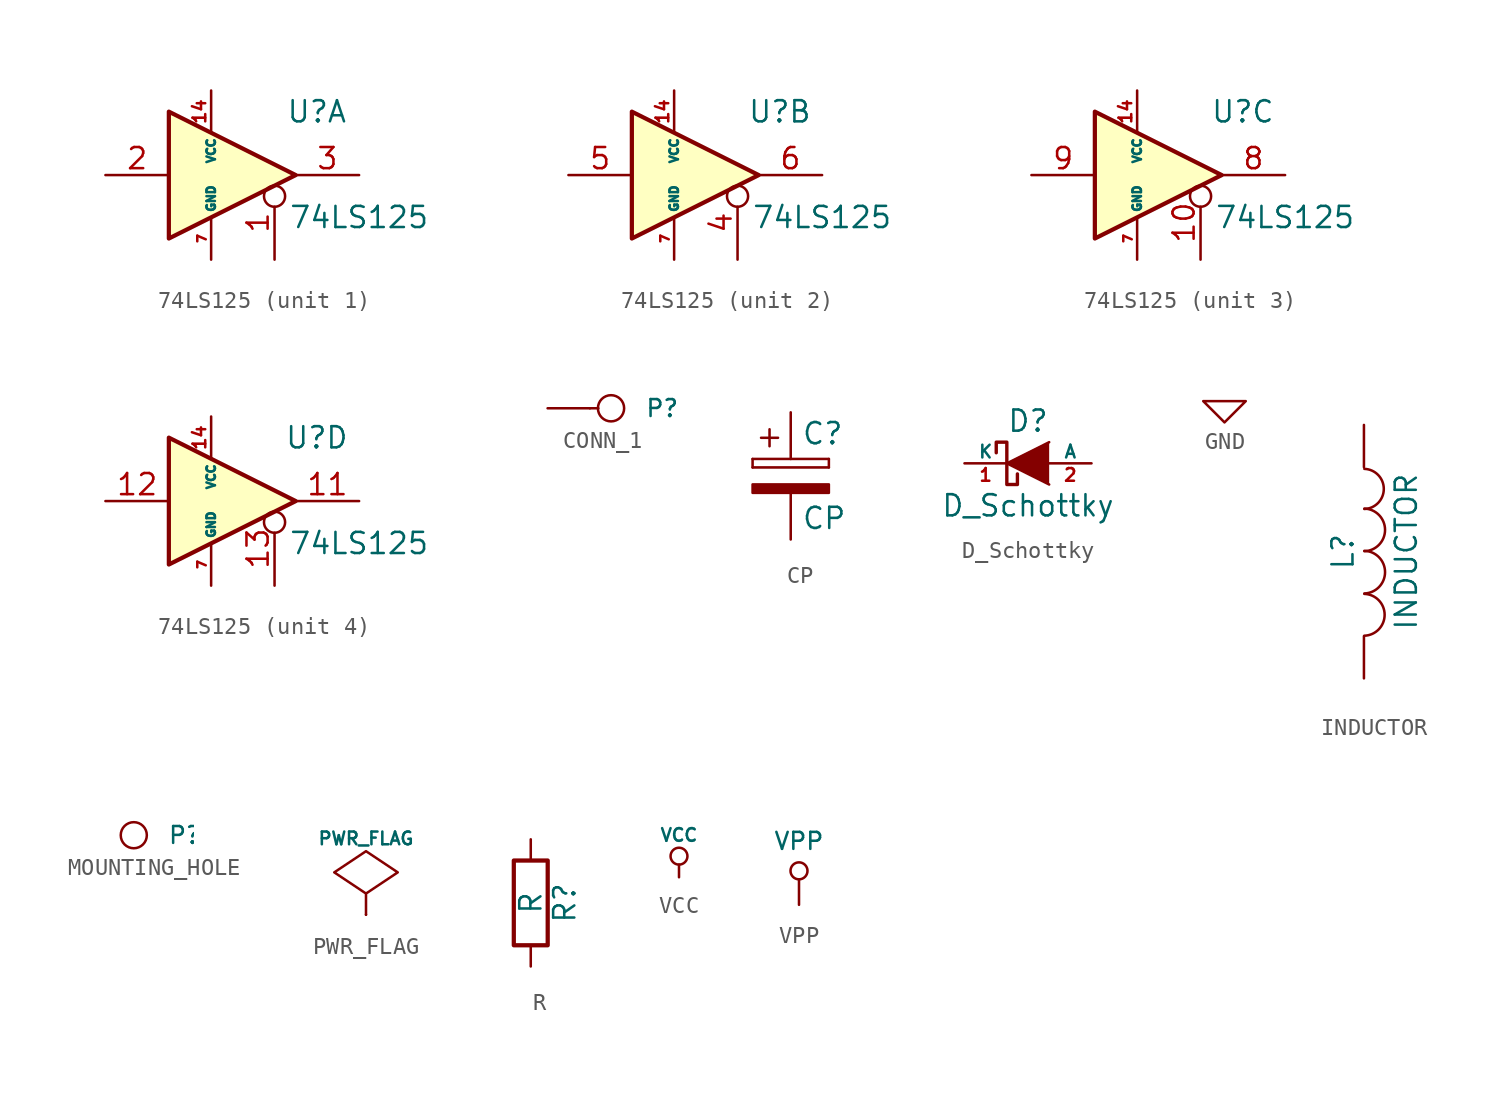
<source format=kicad_sym>
(kicad_symbol_lib
  (version 20230620)
  (generator kicad_symbol_editor)
  (symbol "74LS125"
    (pin_names
      (offset 0.254))
    (property "Reference" "U"
      (at 5.08 3.81 0)
      (effects (font (size 1.27 1.27))))
    (property "Value" "74LS125"
      (at 7.62 -2.54 0)
      (effects (font (size 1.27 1.27))))
    (symbol "74LS125_0_0"
      (pin power_in line (at -1.27 5.08 270) (length 2.54) (name "VCC" (effects (font (size 0.508 0.508)))) (number "14" (effects (font (size 0.762 0.762)))))
      (pin power_in line (at -1.27 -5.08 90) (length 2.54) (name "GND" (effects (font (size 0.508 0.508)))) (number "7" (effects (font (size 0.508 0.508))))))
    (symbol "74LS125_1_0"
      (polyline (pts (xy -3.81 3.81) (xy -3.81 -3.81) (xy 3.81 0) (xy -3.81 3.81)) (stroke (width 0.254) (type default)) (fill (type background)))
      (pin input inverted (at 2.54 -5.08 90) (length 4.445) (name "~" (effects (font (size 1.27 1.27)))) (number "1" (effects (font (size 1.27 1.27)))))
      (pin input line (at -7.62 0 0) (length 3.81) (name "~" (effects (font (size 1.27 1.27)))) (number "2" (effects (font (size 1.27 1.27)))))
      (pin tri_state line (at 7.62 0 180) (length 3.81) (name "~" (effects (font (size 1.27 1.27)))) (number "3" (effects (font (size 1.27 1.27))))))
    (symbol "74LS125_2_0"
      (polyline (pts (xy -3.81 3.81) (xy -3.81 -3.81) (xy 3.81 0) (xy -3.81 3.81)) (stroke (width 0.254) (type default)) (fill (type background)))
      (pin input inverted (at 2.54 -5.08 90) (length 4.445) (name "~" (effects (font (size 1.27 1.27)))) (number "4" (effects (font (size 1.27 1.27)))))
      (pin input line (at -7.62 0 0) (length 3.81) (name "~" (effects (font (size 1.27 1.27)))) (number "5" (effects (font (size 1.27 1.27)))))
      (pin tri_state line (at 7.62 0 180) (length 3.81) (name "~" (effects (font (size 1.27 1.27)))) (number "6" (effects (font (size 1.27 1.27))))))
    (symbol "74LS125_3_0"
      (polyline (pts (xy -3.81 3.81) (xy -3.81 -3.81) (xy 3.81 0) (xy -3.81 3.81)) (stroke (width 0.254) (type default)) (fill (type background)))
      (pin input inverted (at 2.54 -5.08 90) (length 4.445) (name "~" (effects (font (size 1.27 1.27)))) (number "10" (effects (font (size 1.27 1.27)))))
      (pin tri_state line (at 7.62 0 180) (length 3.81) (name "~" (effects (font (size 1.27 1.27)))) (number "8" (effects (font (size 1.27 1.27)))))
      (pin input line (at -7.62 0 0) (length 3.81) (name "~" (effects (font (size 1.27 1.27)))) (number "9" (effects (font (size 1.27 1.27))))))
    (symbol "74LS125_4_0"
      (polyline (pts (xy -3.81 3.81) (xy -3.81 -3.81) (xy 3.81 0) (xy -3.81 3.81)) (stroke (width 0.254) (type default)) (fill (type background)))
      (pin tri_state line (at 7.62 0 180) (length 3.81) (name "~" (effects (font (size 1.27 1.27)))) (number "11" (effects (font (size 1.27 1.27)))))
      (pin input line (at -7.62 0 0) (length 3.81) (name "~" (effects (font (size 1.27 1.27)))) (number "12" (effects (font (size 1.27 1.27)))))
      (pin input inverted (at 2.54 -5.08 90) (length 4.445) (name "~" (effects (font (size 1.27 1.27)))) (number "13" (effects (font (size 1.27 1.27)))))))
  (symbol "CONN_1"
    (pin_numbers hide)
    (pin_names
      (offset 0.762) hide)
    (property "Reference" "P"
      (at 2.032 0 0)
      (effects (font (size 1.016 1.016)) (justify left)))
    (property "Footprint" ""
      (at 0 0 0)
      (effects (font (size 1.524 1.524))))
    (property "Datasheet" ""
      (at 0 0 0)
      (effects (font (size 1.524 1.524))))
    (symbol "CONN_1_0_1"
      (polyline (pts (xy -0.762 0) (xy -1.27 0)) (stroke (width 0) (type default)) (fill (type none)))
      (circle (center 0 0) (radius 0.787) (stroke (width 0) (type default)) (fill (type none))))
    (symbol "CONN_1_1_1"
      (pin passive line (at -3.81 0 0) (length 2.54) (name "1" (effects (font (size 1.524 1.524)))) (number "~" (effects (font (size 1.524 1.524)))))))
  (symbol "CP"
    (pin_numbers hide)
    (pin_names
      (offset 0.254))
    (property "Reference" "C"
      (at 0.635 2.54 0)
      (effects (font (size 1.27 1.27)) (justify left)))
    (property "Value" "CP"
      (at 0.635 -2.54 0)
      (effects (font (size 1.27 1.27)) (justify left)))
    (property "Footprint" ""
      (at 0.965 -3.81 0)
      (effects (font (size 0.762 0.762))))
    (property "Datasheet" ""
      (at 0 0 0)
      (effects (font (size 1.524 1.524))))
    (symbol "CP_0_1"
      (rectangle (start -2.286 0.508) (end -2.286 1.016) (stroke (width 0) (type default)) (fill (type none)))
      (rectangle (start -2.286 0.508) (end 2.286 0.508) (stroke (width 0) (type default)) (fill (type none)))
      (rectangle (start -1.778 2.286) (end -0.762 2.286) (stroke (width 0) (type default)) (fill (type none)))
      (rectangle (start -1.27 1.778) (end -1.27 2.794) (stroke (width 0) (type default)) (fill (type none)))
      (rectangle (start 2.286 -0.508) (end -2.286 -1.016) (stroke (width 0) (type default)) (fill (type outline)))
      (rectangle (start 2.286 1.016) (end -2.286 1.016) (stroke (width 0) (type default)) (fill (type none)))
      (rectangle (start 2.286 1.016) (end 2.286 0.508) (stroke (width 0) (type default)) (fill (type none))))
    (symbol "CP_1_1"
      (pin passive line (at 0 3.81 270) (length 2.794) (name "~" (effects (font (size 1.016 1.016)))) (number "1" (effects (font (size 1.016 1.016)))))
      (pin passive line (at 0 -3.81 90) (length 2.794) (name "~" (effects (font (size 1.016 1.016)))) (number "2" (effects (font (size 1.016 1.016)))))))
  (symbol "D_Schottky"
    (pin_names
      (offset 0))
    (property "Reference" "D"
      (at 0 2.54 0)
      (effects (font (size 1.27 1.27))))
    (property "Value" "D_Schottky"
      (at 0 -2.54 0)
      (effects (font (size 1.27 1.27))))
    (property "Footprint" ""
      (at -2.54 0 0)
      (effects (font (size 0.254 0.254))))
    (property "Datasheet" ""
      (at 0 0 0)
      (effects (font (size 1.524 1.524))))
    (symbol "D_Schottky_0_1"
      (polyline (pts (xy 1.27 1.27) (xy -1.27 0) (xy 1.27 -1.27)) (stroke (width 0) (type default)) (fill (type outline)))
      (polyline (pts (xy -1.905 0.635) (xy -1.905 1.27) (xy -1.27 1.27) (xy -1.27 -1.27) (xy -0.635 -1.27) (xy -0.635 -0.635)) (stroke (width 0.203) (type default)) (fill (type none))))
    (symbol "D_Schottky_1_1"
      (pin passive line (at -3.81 0 0) (length 2.54) (name "K" (effects (font (size 0.762 0.762)))) (number "1" (effects (font (size 0.762 0.762)))))
      (pin passive line (at 3.81 0 180) (length 2.54) (name "A" (effects (font (size 0.762 0.762)))) (number "2" (effects (font (size 0.762 0.762)))))))
  (symbol "GND"
    (power)
    (pin_names
      (offset 0))
    (property "Reference" "#PWR"
      (at 0 0 0)
      (effects (font (size 0.762 0.762)) hide))
    (property "Footprint" ""
      (at 0 0 0)
      (effects (font (size 1.524 1.524))))
    (property "Datasheet" ""
      (at 0 0 0)
      (effects (font (size 1.524 1.524))))
    (symbol "GND_0_1"
      (polyline (pts (xy -1.27 0) (xy 0 -1.27) (xy 1.27 0) (xy -1.27 0)) (stroke (width 0) (type default)) (fill (type none))))
    (symbol "GND_1_1"
      (pin power_in line (at 0 0 90) (length 0) hide (name "GND" (effects (font (size 0.762 0.762)))) (number "1" (effects (font (size 0.762 0.762)))))))
  (symbol "INDUCTOR"
    (pin_numbers hide)
    (pin_names
      (offset 1.016) hide)
    (property "Reference" "L"
      (at -1.27 0 90)
      (effects (font (size 1.27 1.27))))
    (property "Value" "INDUCTOR"
      (at 2.54 0 90)
      (effects (font (size 1.27 1.27))))
    (property "Footprint" ""
      (at 0 0 0)
      (effects (font (size 1.524 1.524))))
    (property "Datasheet" ""
      (at 0 0 0)
      (effects (font (size 1.524 1.524))))
    (symbol "INDUCTOR_0_1"
      (arc (start 0.0254 -5.0546) (mid 1.2449 -3.8097) (end 0.0254 -2.54) (stroke (width 0) (type default)) (fill (type none)))
      (arc (start 0.0254 -2.5146) (mid 1.2703 -1.2444) (end 0.0254 0.0508) (stroke (width 0) (type default)) (fill (type none)))
      (arc (start 0.0254 0.0254) (mid 1.2703 1.2956) (end 0.0254 2.5908) (stroke (width 0) (type default)) (fill (type none)))
      (arc (start 0.0254 2.5654) (mid 1.1941 3.7595) (end 0.0254 4.9784) (stroke (width 0) (type default)) (fill (type none))))
    (symbol "INDUCTOR_1_1"
      (pin passive line (at 0 7.62 270) (length 2.54) (name "1" (effects (font (size 1.778 1.778)))) (number "1" (effects (font (size 1.778 1.778)))))
      (pin passive line (at 0 -7.62 90) (length 2.54) (name "2" (effects (font (size 1.778 1.778)))) (number "2" (effects (font (size 1.778 1.778)))))))
  (symbol "MOUNTING_HOLE"
    (pin_numbers hide)
    (pin_names
      (offset 0.762) hide)
    (property "Reference" "P"
      (at 2.032 0 0)
      (effects (font (size 1.016 1.016)) (justify left)))
    (property "Footprint" ""
      (at 0 0 0)
      (effects (font (size 1.524 1.524))))
    (property "Datasheet" ""
      (at 0 0 0)
      (effects (font (size 1.524 1.524))))
    (symbol "MOUNTING_HOLE_0_1"
      (circle (center 0 0) (radius 0.787) (stroke (width 0) (type default)) (fill (type none)))))
  (symbol "PWR_FLAG"
    (power)
    (pin_numbers hide)
    (pin_names
      (offset 0) hide)
    (property "Reference" "#FLG"
      (at 0 2.413 0)
      (effects (font (size 0.762 0.762)) hide))
    (property "Value" "PWR_FLAG"
      (at 0 4.572 0)
      (effects (font (size 0.762 0.762))))
    (property "Footprint" ""
      (at 0 0 0)
      (effects (font (size 1.524 1.524))))
    (property "Datasheet" ""
      (at 0 0 0)
      (effects (font (size 1.524 1.524))))
    (symbol "PWR_FLAG_0_0"
      (pin power_out line (at 0 0 90) (length 0) (name "pwr" (effects (font (size 0.508 0.508)))) (number "1" (effects (font (size 0.508 0.508))))))
    (symbol "PWR_FLAG_0_1"
      (polyline (pts (xy 0 0) (xy 0 1.27) (xy -1.905 2.54) (xy 0 3.81) (xy 1.905 2.54) (xy 0 1.27)) (stroke (width 0) (type default)) (fill (type none)))))
  (symbol "R"
    (pin_numbers hide)
    (pin_names
      (offset 0))
    (property "Reference" "R"
      (at 2.032 0 90)
      (effects (font (size 1.27 1.27))))
    (property "Value" "R"
      (at 0 0 90)
      (effects (font (size 1.27 1.27))))
    (property "Footprint" ""
      (at -1.778 0 90)
      (effects (font (size 0.762 0.762))))
    (property "Datasheet" ""
      (at 0 0 0)
      (effects (font (size 0.762 0.762))))
    (symbol "R_0_1"
      (rectangle (start -1.016 -2.54) (end 1.016 2.54) (stroke (width 0.254) (type default)) (fill (type none))))
    (symbol "R_1_1"
      (pin passive line (at 0 3.81 270) (length 1.27) (name "~" (effects (font (size 1.524 1.524)))) (number "1" (effects (font (size 1.524 1.524)))))
      (pin passive line (at 0 -3.81 90) (length 1.27) (name "~" (effects (font (size 1.524 1.524)))) (number "2" (effects (font (size 1.524 1.524)))))))
  (symbol "VCC"
    (power)
    (pin_names
      (offset 0))
    (property "Reference" "#PWR"
      (at 0 2.54 0)
      (effects (font (size 0.762 0.762)) hide))
    (property "Value" "VCC"
      (at 0 2.54 0)
      (effects (font (size 0.762 0.762))))
    (property "Footprint" ""
      (at 0 0 0)
      (effects (font (size 1.524 1.524))))
    (property "Datasheet" ""
      (at 0 0 0)
      (effects (font (size 1.524 1.524))))
    (symbol "VCC_0_0"
      (pin power_in line (at 0 0 90) (length 0) hide (name "VCC" (effects (font (size 0.508 0.508)))) (number "1" (effects (font (size 0.508 0.508))))))
    (symbol "VCC_0_1"
      (polyline (pts (xy 0 0) (xy 0 0.762) (xy 0 0.762)) (stroke (width 0) (type default)) (fill (type none)))
      (circle (center 0 1.27) (radius 0.508) (stroke (width 0) (type default)) (fill (type none)))))
  (symbol "VPP"
    (pin_names
      (offset 0))
    (property "Reference" "#PWR"
      (at 0 5.08 0)
      (effects (font (size 1.016 1.016)) hide))
    (property "Value" "VPP"
      (at 0 3.81 0)
      (effects (font (size 1.016 1.016))))
    (property "Footprint" ""
      (at 0 0 0)
      (effects (font (size 1.524 1.524))))
    (property "Datasheet" ""
      (at 0 0 0)
      (effects (font (size 1.524 1.524))))
    (symbol "VPP_0_0"
      (pin power_in line (at 0 0 90) (length 0) hide (name "VPP" (effects (font (size 1.016 1.016)))) (number "1" (effects (font (size 1.016 1.016))))))
    (symbol "VPP_0_1"
      (polyline (pts (xy 0 1.524) (xy 0 0)) (stroke (width 0) (type default)) (fill (type none)))
      (circle (center 0 2.032) (radius 0.508) (stroke (width 0) (type default)) (fill (type none))))))
</source>
